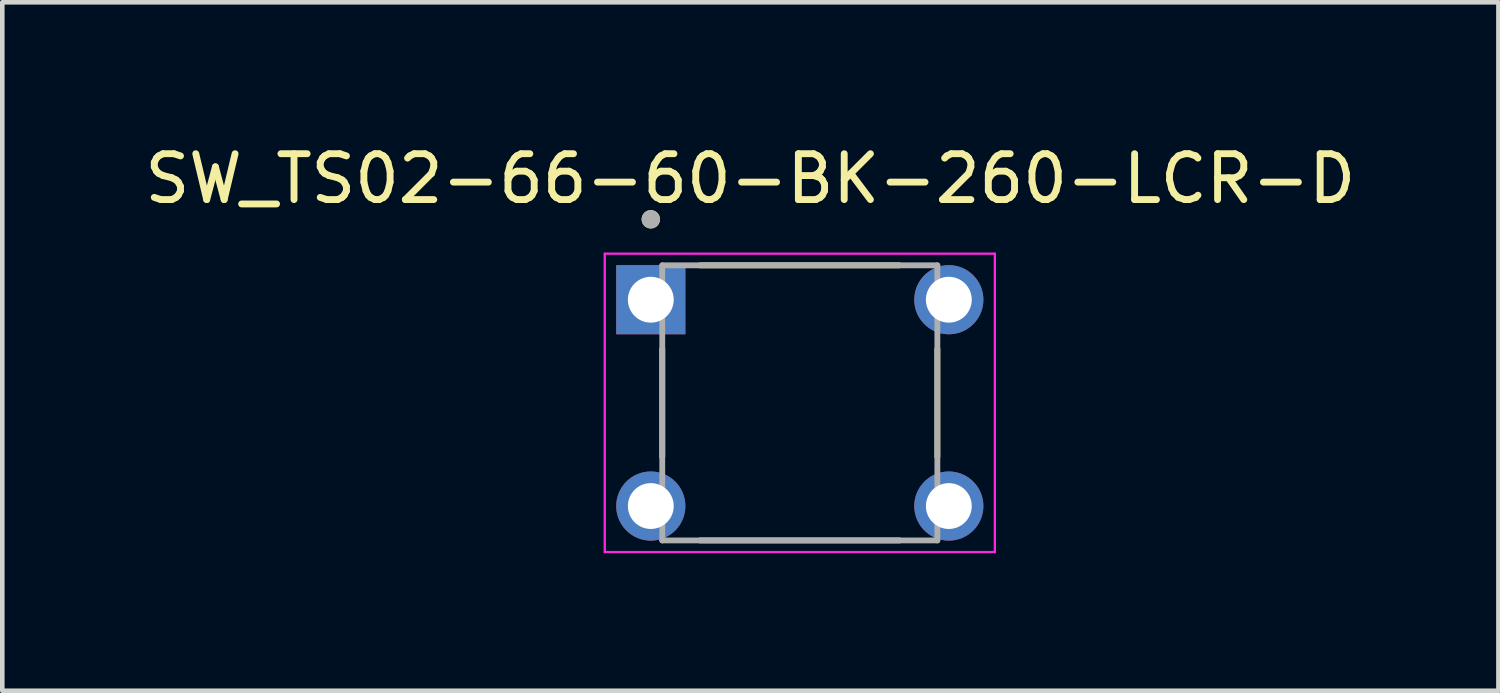
<source format=kicad_pcb>
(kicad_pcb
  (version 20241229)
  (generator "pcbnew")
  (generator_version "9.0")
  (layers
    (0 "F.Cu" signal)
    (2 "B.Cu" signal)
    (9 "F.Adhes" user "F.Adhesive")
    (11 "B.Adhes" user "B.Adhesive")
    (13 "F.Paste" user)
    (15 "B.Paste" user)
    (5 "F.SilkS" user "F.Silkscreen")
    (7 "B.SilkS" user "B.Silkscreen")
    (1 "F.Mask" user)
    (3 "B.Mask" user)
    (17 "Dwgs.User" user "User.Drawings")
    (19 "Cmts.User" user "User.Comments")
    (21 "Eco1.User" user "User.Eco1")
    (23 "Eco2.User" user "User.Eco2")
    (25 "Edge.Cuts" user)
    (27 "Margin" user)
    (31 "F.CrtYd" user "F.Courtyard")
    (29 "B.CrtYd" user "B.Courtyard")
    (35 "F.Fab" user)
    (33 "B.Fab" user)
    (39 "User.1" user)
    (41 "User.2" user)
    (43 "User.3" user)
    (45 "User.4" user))
  (footprint "SW_TS02-66-60-BK-260-LCR-D"
    (layer "F.Cu")
    (at 14.394 5.737)
    (property "Reference" "SW_TS02-66-60-BK-260-LCR-D" (at -1.079 -4.889 0) (layer "F.SilkS") (effects (font (size 1 1) (thickness 0.15))))
    (attr through_hole)
    (fp_line (start -3 -1.176) (end -3 1.176) (stroke (width 0.127) (type solid)) (layer "F.SilkS"))
    (fp_line (start -2.176 -3) (end 2.176 -3) (stroke (width 0.127) (type solid)) (layer "F.SilkS"))
    (fp_line (start -2.176 3) (end 2.176 3) (stroke (width 0.127) (type solid)) (layer "F.SilkS"))
    (fp_line (start 3 -1.176) (end 3 1.176) (stroke (width 0.127) (type solid)) (layer "F.SilkS"))
    (fp_circle (center -3.25 -4.004) (end -3.15 -4.004) (stroke (width 0.2) (type solid)) (fill no) (layer "F.SilkS"))
    (fp_line (start -4.254 -3.254) (end -4.254 3.254) (stroke (width 0.05) (type solid)) (layer "F.CrtYd"))
    (fp_line (start -4.254 3.254) (end 4.254 3.254) (stroke (width 0.05) (type solid)) (layer "F.CrtYd"))
    (fp_line (start 4.254 -3.254) (end -4.254 -3.254) (stroke (width 0.05) (type solid)) (layer "F.CrtYd"))
    (fp_line (start 4.254 3.254) (end 4.254 -3.254) (stroke (width 0.05) (type solid)) (layer "F.CrtYd"))
    (fp_line (start -3 -3) (end 3 -3) (stroke (width 0.127) (type solid)) (layer "F.Fab"))
    (fp_line (start -3 3) (end -3 -3) (stroke (width 0.127) (type solid)) (layer "F.Fab"))
    (fp_line (start 3 -3) (end 3 3) (stroke (width 0.127) (type solid)) (layer "F.Fab"))
    (fp_line (start 3 3) (end -3 3) (stroke (width 0.127) (type solid)) (layer "F.Fab"))
    (fp_circle (center -3.25 -4.004) (end -3.15 -4.004) (stroke (width 0.2) (type solid)) (fill no) (layer "F.Fab"))
    (pad "1" thru_hole rect (at -3.25 -2.25) (size 1.508 1.508) (drill 1) (layers "*.Cu" "*.Mask"))
    (pad "2" thru_hole circle (at 3.25 -2.25) (size 1.508 1.508) (drill 1) (layers "*.Cu" "*.Mask"))
    (pad "3" thru_hole circle (at -3.25 2.25) (size 1.508 1.508) (drill 1) (layers "*.Cu" "*.Mask"))
    (pad "4" thru_hole circle (at 3.25 2.25) (size 1.508 1.508) (drill 1) (layers "*.Cu" "*.Mask")))
  (gr_rect
    (start -3 -3)
    (end 29.631 12.016)
    (stroke (width 0.1) (type default))
    (fill no)
    (layer "Edge.Cuts")))
</source>
